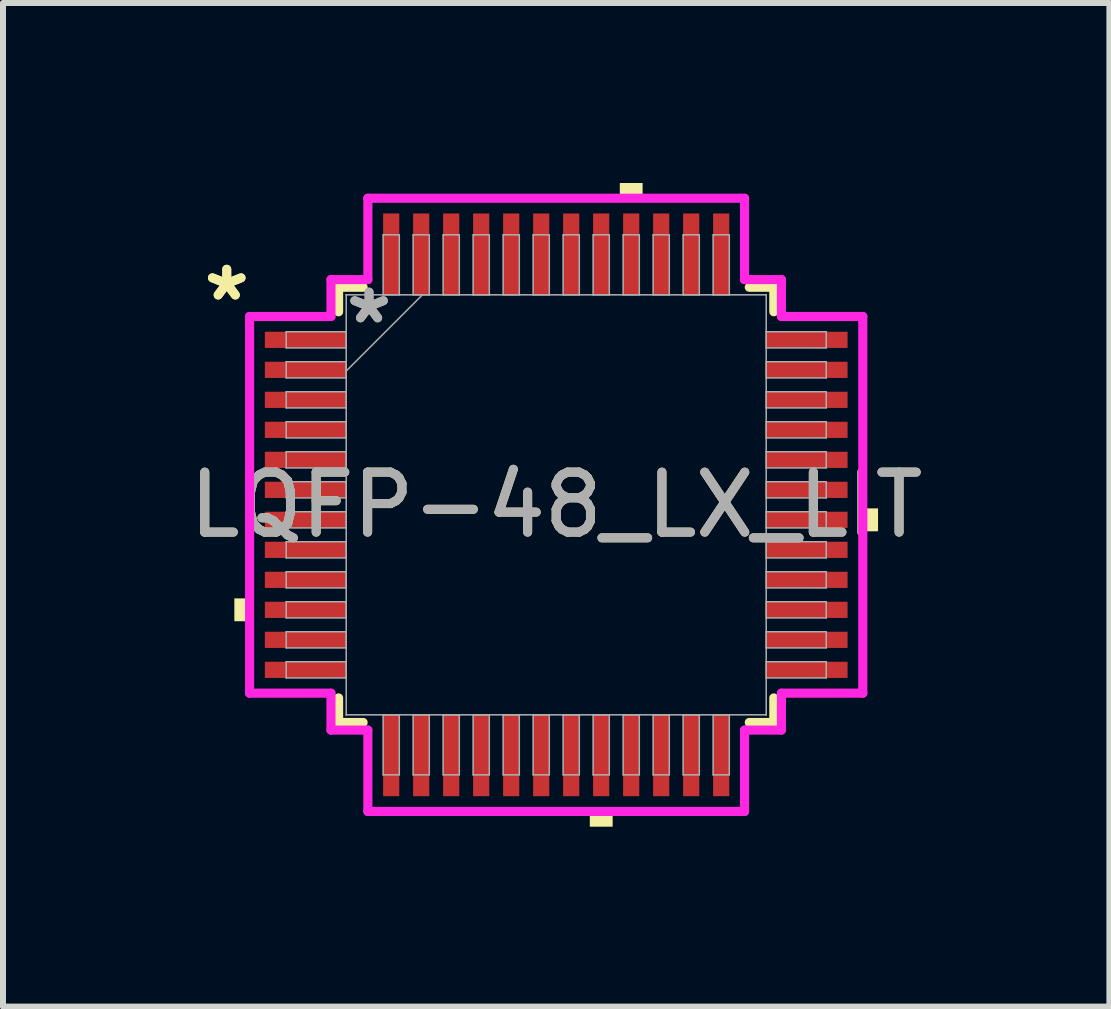
<source format=kicad_pcb>
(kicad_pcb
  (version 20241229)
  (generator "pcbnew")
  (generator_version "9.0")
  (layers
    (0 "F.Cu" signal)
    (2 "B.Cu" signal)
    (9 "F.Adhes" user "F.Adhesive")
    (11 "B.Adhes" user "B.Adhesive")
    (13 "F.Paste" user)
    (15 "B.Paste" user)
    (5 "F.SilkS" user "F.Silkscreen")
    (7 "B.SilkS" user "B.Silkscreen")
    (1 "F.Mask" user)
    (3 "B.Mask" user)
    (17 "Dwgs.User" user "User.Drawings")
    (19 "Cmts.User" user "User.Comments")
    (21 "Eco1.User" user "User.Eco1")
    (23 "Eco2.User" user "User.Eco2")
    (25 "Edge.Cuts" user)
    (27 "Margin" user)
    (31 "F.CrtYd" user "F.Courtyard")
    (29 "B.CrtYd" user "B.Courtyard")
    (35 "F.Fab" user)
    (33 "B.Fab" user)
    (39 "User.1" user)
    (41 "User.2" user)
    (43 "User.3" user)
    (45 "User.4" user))
  (footprint "LQFP-48_LX_LIT"
    (layer "F.Cu")
    (at 6.22 5.364)
    (property "Reference" "LQFP-48_LX_LIT" (at 0 0 0) (unlocked yes) (layer "F.SilkS") (effects (font (size 1 1) (thickness 0.15))))
    (attr smd)
    (fp_line (start -3.627 -3.627) (end -3.627 -3.218) (stroke (width 0.152) (type solid)) (layer "F.SilkS"))
    (fp_line (start -3.627 3.218) (end -3.627 3.627) (stroke (width 0.152) (type solid)) (layer "F.SilkS"))
    (fp_line (start -3.627 3.627) (end -3.218 3.627) (stroke (width 0.152) (type solid)) (layer "F.SilkS"))
    (fp_line (start -3.218 -3.627) (end -3.627 -3.627) (stroke (width 0.152) (type solid)) (layer "F.SilkS"))
    (fp_line (start 3.218 3.627) (end 3.627 3.627) (stroke (width 0.152) (type solid)) (layer "F.SilkS"))
    (fp_line (start 3.627 -3.627) (end 3.218 -3.627) (stroke (width 0.152) (type solid)) (layer "F.SilkS"))
    (fp_line (start 3.627 -3.218) (end 3.627 -3.627) (stroke (width 0.152) (type solid)) (layer "F.SilkS"))
    (fp_line (start 3.627 3.627) (end 3.627 3.218) (stroke (width 0.152) (type solid)) (layer "F.SilkS"))
    (fp_poly (pts (xy -5.364 1.559) (xy -5.364 1.94) (xy -5.11 1.94) (xy -5.11 1.559)) (stroke (width 0) (type solid)) (fill yes) (layer "F.SilkS"))
    (fp_poly (pts (xy 0.56 5.11) (xy 0.56 5.364) (xy 0.941 5.364) (xy 0.941 5.11)) (stroke (width 0) (type solid)) (fill yes) (layer "F.SilkS"))
    (fp_poly (pts (xy 1.06 -5.11) (xy 1.06 -5.364) (xy 1.44 -5.364) (xy 1.44 -5.11)) (stroke (width 0) (type solid)) (fill yes) (layer "F.SilkS"))
    (fp_poly (pts (xy 5.364 0.059) (xy 5.364 0.441) (xy 5.11 0.441) (xy 5.11 0.059)) (stroke (width 0) (type solid)) (fill yes) (layer "F.SilkS"))
    (fp_line (start -5.11 -3.139) (end -3.754 -3.139) (stroke (width 0.152) (type solid)) (layer "F.CrtYd"))
    (fp_line (start -5.11 3.139) (end -5.11 -3.139) (stroke (width 0.152) (type solid)) (layer "F.CrtYd"))
    (fp_line (start -3.754 -3.754) (end -3.139 -3.754) (stroke (width 0.152) (type solid)) (layer "F.CrtYd"))
    (fp_line (start -3.754 -3.139) (end -3.754 -3.754) (stroke (width 0.152) (type solid)) (layer "F.CrtYd"))
    (fp_line (start -3.754 3.139) (end -5.11 3.139) (stroke (width 0.152) (type solid)) (layer "F.CrtYd"))
    (fp_line (start -3.754 3.754) (end -3.754 3.139) (stroke (width 0.152) (type solid)) (layer "F.CrtYd"))
    (fp_line (start -3.754 3.754) (end -3.139 3.754) (stroke (width 0.152) (type solid)) (layer "F.CrtYd"))
    (fp_line (start -3.139 -5.11) (end 3.139 -5.11) (stroke (width 0.152) (type solid)) (layer "F.CrtYd"))
    (fp_line (start -3.139 -3.754) (end -3.139 -5.11) (stroke (width 0.152) (type solid)) (layer "F.CrtYd"))
    (fp_line (start -3.139 3.754) (end -3.139 5.11) (stroke (width 0.152) (type solid)) (layer "F.CrtYd"))
    (fp_line (start -3.139 5.11) (end 3.139 5.11) (stroke (width 0.152) (type solid)) (layer "F.CrtYd"))
    (fp_line (start 3.139 -5.11) (end 3.139 -3.754) (stroke (width 0.152) (type solid)) (layer "F.CrtYd"))
    (fp_line (start 3.139 -3.754) (end 3.754 -3.754) (stroke (width 0.152) (type solid)) (layer "F.CrtYd"))
    (fp_line (start 3.139 3.754) (end 3.754 3.754) (stroke (width 0.152) (type solid)) (layer "F.CrtYd"))
    (fp_line (start 3.139 5.11) (end 3.139 3.754) (stroke (width 0.152) (type solid)) (layer "F.CrtYd"))
    (fp_line (start 3.754 -3.139) (end 3.754 -3.754) (stroke (width 0.152) (type solid)) (layer "F.CrtYd"))
    (fp_line (start 3.754 3.139) (end 5.11 3.139) (stroke (width 0.152) (type solid)) (layer "F.CrtYd"))
    (fp_line (start 3.754 3.754) (end 3.754 3.139) (stroke (width 0.152) (type solid)) (layer "F.CrtYd"))
    (fp_line (start 5.11 -3.139) (end 3.754 -3.139) (stroke (width 0.152) (type solid)) (layer "F.CrtYd"))
    (fp_line (start 5.11 3.139) (end 5.11 -3.139) (stroke (width 0.152) (type solid)) (layer "F.CrtYd"))
    (fp_line (start -4.5 -2.885) (end -4.5 -2.615) (stroke (width 0.025) (type solid)) (layer "F.Fab"))
    (fp_line (start -4.5 -2.615) (end -3.5 -2.615) (stroke (width 0.025) (type solid)) (layer "F.Fab"))
    (fp_line (start -4.5 -2.385) (end -4.5 -2.115) (stroke (width 0.025) (type solid)) (layer "F.Fab"))
    (fp_line (start -4.5 -2.115) (end -3.5 -2.115) (stroke (width 0.025) (type solid)) (layer "F.Fab"))
    (fp_line (start -4.5 -1.885) (end -4.5 -1.615) (stroke (width 0.025) (type solid)) (layer "F.Fab"))
    (fp_line (start -4.5 -1.615) (end -3.5 -1.615) (stroke (width 0.025) (type solid)) (layer "F.Fab"))
    (fp_line (start -4.5 -1.385) (end -4.5 -1.115) (stroke (width 0.025) (type solid)) (layer "F.Fab"))
    (fp_line (start -4.5 -1.115) (end -3.5 -1.115) (stroke (width 0.025) (type solid)) (layer "F.Fab"))
    (fp_line (start -4.5 -0.885) (end -4.5 -0.615) (stroke (width 0.025) (type solid)) (layer "F.Fab"))
    (fp_line (start -4.5 -0.615) (end -3.5 -0.615) (stroke (width 0.025) (type solid)) (layer "F.Fab"))
    (fp_line (start -4.5 -0.385) (end -4.5 -0.115) (stroke (width 0.025) (type solid)) (layer "F.Fab"))
    (fp_line (start -4.5 -0.115) (end -3.5 -0.115) (stroke (width 0.025) (type solid)) (layer "F.Fab"))
    (fp_line (start -4.5 0.115) (end -4.5 0.385) (stroke (width 0.025) (type solid)) (layer "F.Fab"))
    (fp_line (start -4.5 0.385) (end -3.5 0.385) (stroke (width 0.025) (type solid)) (layer "F.Fab"))
    (fp_line (start -4.5 0.615) (end -4.5 0.885) (stroke (width 0.025) (type solid)) (layer "F.Fab"))
    (fp_line (start -4.5 0.885) (end -3.5 0.885) (stroke (width 0.025) (type solid)) (layer "F.Fab"))
    (fp_line (start -4.5 1.115) (end -4.5 1.385) (stroke (width 0.025) (type solid)) (layer "F.Fab"))
    (fp_line (start -4.5 1.385) (end -3.5 1.385) (stroke (width 0.025) (type solid)) (layer "F.Fab"))
    (fp_line (start -4.5 1.615) (end -4.5 1.885) (stroke (width 0.025) (type solid)) (layer "F.Fab"))
    (fp_line (start -4.5 1.885) (end -3.5 1.885) (stroke (width 0.025) (type solid)) (layer "F.Fab"))
    (fp_line (start -4.5 2.115) (end -4.5 2.385) (stroke (width 0.025) (type solid)) (layer "F.Fab"))
    (fp_line (start -4.5 2.385) (end -3.5 2.385) (stroke (width 0.025) (type solid)) (layer "F.Fab"))
    (fp_line (start -4.5 2.615) (end -4.5 2.885) (stroke (width 0.025) (type solid)) (layer "F.Fab"))
    (fp_line (start -4.5 2.885) (end -3.5 2.885) (stroke (width 0.025) (type solid)) (layer "F.Fab"))
    (fp_line (start -3.5 -3.5) (end -3.5 -3.5) (stroke (width 0.025) (type solid)) (layer "F.Fab"))
    (fp_line (start -3.5 -3.5) (end -3.5 3.5) (stroke (width 0.025) (type solid)) (layer "F.Fab"))
    (fp_line (start -3.5 3.5) (end -3.5 3.5) (stroke (width 0.025) (type solid)) (layer "F.Fab"))
    (fp_line (start -3.5 3.5) (end 3.5 3.5) (stroke (width 0.025) (type solid)) (layer "F.Fab"))
    (fp_line (start -3.5 -2.885) (end -4.5 -2.885) (stroke (width 0.025) (type solid)) (layer "F.Fab"))
    (fp_line (start -3.5 -2.615) (end -3.5 -2.885) (stroke (width 0.025) (type solid)) (layer "F.Fab"))
    (fp_line (start -3.5 -2.385) (end -4.5 -2.385) (stroke (width 0.025) (type solid)) (layer "F.Fab"))
    (fp_line (start -3.5 -2.23) (end -2.23 -3.5) (stroke (width 0.025) (type solid)) (layer "F.Fab"))
    (fp_line (start -3.5 -2.115) (end -3.5 -2.385) (stroke (width 0.025) (type solid)) (layer "F.Fab"))
    (fp_line (start -3.5 -1.885) (end -4.5 -1.885) (stroke (width 0.025) (type solid)) (layer "F.Fab"))
    (fp_line (start -3.5 -1.615) (end -3.5 -1.885) (stroke (width 0.025) (type solid)) (layer "F.Fab"))
    (fp_line (start -3.5 -1.385) (end -4.5 -1.385) (stroke (width 0.025) (type solid)) (layer "F.Fab"))
    (fp_line (start -3.5 -1.115) (end -3.5 -1.385) (stroke (width 0.025) (type solid)) (layer "F.Fab"))
    (fp_line (start -3.5 -0.885) (end -4.5 -0.885) (stroke (width 0.025) (type solid)) (layer "F.Fab"))
    (fp_line (start -3.5 -0.615) (end -3.5 -0.885) (stroke (width 0.025) (type solid)) (layer "F.Fab"))
    (fp_line (start -3.5 -0.385) (end -4.5 -0.385) (stroke (width 0.025) (type solid)) (layer "F.Fab"))
    (fp_line (start -3.5 -0.115) (end -3.5 -0.385) (stroke (width 0.025) (type solid)) (layer "F.Fab"))
    (fp_line (start -3.5 0.115) (end -4.5 0.115) (stroke (width 0.025) (type solid)) (layer "F.Fab"))
    (fp_line (start -3.5 0.385) (end -3.5 0.115) (stroke (width 0.025) (type solid)) (layer "F.Fab"))
    (fp_line (start -3.5 0.615) (end -4.5 0.615) (stroke (width 0.025) (type solid)) (layer "F.Fab"))
    (fp_line (start -3.5 0.885) (end -3.5 0.615) (stroke (width 0.025) (type solid)) (layer "F.Fab"))
    (fp_line (start -3.5 1.115) (end -4.5 1.115) (stroke (width 0.025) (type solid)) (layer "F.Fab"))
    (fp_line (start -3.5 1.385) (end -3.5 1.115) (stroke (width 0.025) (type solid)) (layer "F.Fab"))
    (fp_line (start -3.5 1.615) (end -4.5 1.615) (stroke (width 0.025) (type solid)) (layer "F.Fab"))
    (fp_line (start -3.5 1.885) (end -3.5 1.615) (stroke (width 0.025) (type solid)) (layer "F.Fab"))
    (fp_line (start -3.5 2.115) (end -4.5 2.115) (stroke (width 0.025) (type solid)) (layer "F.Fab"))
    (fp_line (start -3.5 2.385) (end -3.5 2.115) (stroke (width 0.025) (type solid)) (layer "F.Fab"))
    (fp_line (start -3.5 2.615) (end -4.5 2.615) (stroke (width 0.025) (type solid)) (layer "F.Fab"))
    (fp_line (start -3.5 2.885) (end -3.5 2.615) (stroke (width 0.025) (type solid)) (layer "F.Fab"))
    (fp_line (start -2.885 -4.5) (end -2.885 -3.5) (stroke (width 0.025) (type solid)) (layer "F.Fab"))
    (fp_line (start -2.885 -3.5) (end -2.615 -3.5) (stroke (width 0.025) (type solid)) (layer "F.Fab"))
    (fp_line (start -2.885 3.5) (end -2.885 4.5) (stroke (width 0.025) (type solid)) (layer "F.Fab"))
    (fp_line (start -2.885 4.5) (end -2.615 4.5) (stroke (width 0.025) (type solid)) (layer "F.Fab"))
    (fp_line (start -2.615 -4.5) (end -2.885 -4.5) (stroke (width 0.025) (type solid)) (layer "F.Fab"))
    (fp_line (start -2.615 -3.5) (end -2.615 -4.5) (stroke (width 0.025) (type solid)) (layer "F.Fab"))
    (fp_line (start -2.615 3.5) (end -2.885 3.5) (stroke (width 0.025) (type solid)) (layer "F.Fab"))
    (fp_line (start -2.615 4.5) (end -2.615 3.5) (stroke (width 0.025) (type solid)) (layer "F.Fab"))
    (fp_line (start -2.385 -4.5) (end -2.385 -3.5) (stroke (width 0.025) (type solid)) (layer "F.Fab"))
    (fp_line (start -2.385 -3.5) (end -2.115 -3.5) (stroke (width 0.025) (type solid)) (layer "F.Fab"))
    (fp_line (start -2.385 3.5) (end -2.385 4.5) (stroke (width 0.025) (type solid)) (layer "F.Fab"))
    (fp_line (start -2.385 4.5) (end -2.115 4.5) (stroke (width 0.025) (type solid)) (layer "F.Fab"))
    (fp_line (start -2.115 -4.5) (end -2.385 -4.5) (stroke (width 0.025) (type solid)) (layer "F.Fab"))
    (fp_line (start -2.115 -3.5) (end -2.115 -4.5) (stroke (width 0.025) (type solid)) (layer "F.Fab"))
    (fp_line (start -2.115 3.5) (end -2.385 3.5) (stroke (width 0.025) (type solid)) (layer "F.Fab"))
    (fp_line (start -2.115 4.5) (end -2.115 3.5) (stroke (width 0.025) (type solid)) (layer "F.Fab"))
    (fp_line (start -1.885 -4.5) (end -1.885 -3.5) (stroke (width 0.025) (type solid)) (layer "F.Fab"))
    (fp_line (start -1.885 -3.5) (end -1.615 -3.5) (stroke (width 0.025) (type solid)) (layer "F.Fab"))
    (fp_line (start -1.885 3.5) (end -1.885 4.5) (stroke (width 0.025) (type solid)) (layer "F.Fab"))
    (fp_line (start -1.885 4.5) (end -1.615 4.5) (stroke (width 0.025) (type solid)) (layer "F.Fab"))
    (fp_line (start -1.615 -4.5) (end -1.885 -4.5) (stroke (width 0.025) (type solid)) (layer "F.Fab"))
    (fp_line (start -1.615 -3.5) (end -1.615 -4.5) (stroke (width 0.025) (type solid)) (layer "F.Fab"))
    (fp_line (start -1.615 3.5) (end -1.885 3.5) (stroke (width 0.025) (type solid)) (layer "F.Fab"))
    (fp_line (start -1.615 4.5) (end -1.615 3.5) (stroke (width 0.025) (type solid)) (layer "F.Fab"))
    (fp_line (start -1.385 -4.5) (end -1.385 -3.5) (stroke (width 0.025) (type solid)) (layer "F.Fab"))
    (fp_line (start -1.385 -3.5) (end -1.115 -3.5) (stroke (width 0.025) (type solid)) (layer "F.Fab"))
    (fp_line (start -1.385 3.5) (end -1.385 4.5) (stroke (width 0.025) (type solid)) (layer "F.Fab"))
    (fp_line (start -1.385 4.5) (end -1.115 4.5) (stroke (width 0.025) (type solid)) (layer "F.Fab"))
    (fp_line (start -1.115 -4.5) (end -1.385 -4.5) (stroke (width 0.025) (type solid)) (layer "F.Fab"))
    (fp_line (start -1.115 -3.5) (end -1.115 -4.5) (stroke (width 0.025) (type solid)) (layer "F.Fab"))
    (fp_line (start -1.115 3.5) (end -1.385 3.5) (stroke (width 0.025) (type solid)) (layer "F.Fab"))
    (fp_line (start -1.115 4.5) (end -1.115 3.5) (stroke (width 0.025) (type solid)) (layer "F.Fab"))
    (fp_line (start -0.885 -4.5) (end -0.885 -3.5) (stroke (width 0.025) (type solid)) (layer "F.Fab"))
    (fp_line (start -0.885 -3.5) (end -0.615 -3.5) (stroke (width 0.025) (type solid)) (layer "F.Fab"))
    (fp_line (start -0.885 3.5) (end -0.885 4.5) (stroke (width 0.025) (type solid)) (layer "F.Fab"))
    (fp_line (start -0.885 4.5) (end -0.615 4.5) (stroke (width 0.025) (type solid)) (layer "F.Fab"))
    (fp_line (start -0.615 -4.5) (end -0.885 -4.5) (stroke (width 0.025) (type solid)) (layer "F.Fab"))
    (fp_line (start -0.615 -3.5) (end -0.615 -4.5) (stroke (width 0.025) (type solid)) (layer "F.Fab"))
    (fp_line (start -0.615 3.5) (end -0.885 3.5) (stroke (width 0.025) (type solid)) (layer "F.Fab"))
    (fp_line (start -0.615 4.5) (end -0.615 3.5) (stroke (width 0.025) (type solid)) (layer "F.Fab"))
    (fp_line (start -0.385 -4.5) (end -0.385 -3.5) (stroke (width 0.025) (type solid)) (layer "F.Fab"))
    (fp_line (start -0.385 -3.5) (end -0.115 -3.5) (stroke (width 0.025) (type solid)) (layer "F.Fab"))
    (fp_line (start -0.385 3.5) (end -0.385 4.5) (stroke (width 0.025) (type solid)) (layer "F.Fab"))
    (fp_line (start -0.385 4.5) (end -0.115 4.5) (stroke (width 0.025) (type solid)) (layer "F.Fab"))
    (fp_line (start -0.115 -4.5) (end -0.385 -4.5) (stroke (width 0.025) (type solid)) (layer "F.Fab"))
    (fp_line (start -0.115 -3.5) (end -0.115 -4.5) (stroke (width 0.025) (type solid)) (layer "F.Fab"))
    (fp_line (start -0.115 3.5) (end -0.385 3.5) (stroke (width 0.025) (type solid)) (layer "F.Fab"))
    (fp_line (start -0.115 4.5) (end -0.115 3.5) (stroke (width 0.025) (type solid)) (layer "F.Fab"))
    (fp_line (start 0.115 -4.5) (end 0.115 -3.5) (stroke (width 0.025) (type solid)) (layer "F.Fab"))
    (fp_line (start 0.115 -3.5) (end 0.385 -3.5) (stroke (width 0.025) (type solid)) (layer "F.Fab"))
    (fp_line (start 0.115 3.5) (end 0.115 4.5) (stroke (width 0.025) (type solid)) (layer "F.Fab"))
    (fp_line (start 0.115 4.5) (end 0.385 4.5) (stroke (width 0.025) (type solid)) (layer "F.Fab"))
    (fp_line (start 0.385 -4.5) (end 0.115 -4.5) (stroke (width 0.025) (type solid)) (layer "F.Fab"))
    (fp_line (start 0.385 -3.5) (end 0.385 -4.5) (stroke (width 0.025) (type solid)) (layer "F.Fab"))
    (fp_line (start 0.385 3.5) (end 0.115 3.5) (stroke (width 0.025) (type solid)) (layer "F.Fab"))
    (fp_line (start 0.385 4.5) (end 0.385 3.5) (stroke (width 0.025) (type solid)) (layer "F.Fab"))
    (fp_line (start 0.615 -4.5) (end 0.615 -3.5) (stroke (width 0.025) (type solid)) (layer "F.Fab"))
    (fp_line (start 0.615 -3.5) (end 0.885 -3.5) (stroke (width 0.025) (type solid)) (layer "F.Fab"))
    (fp_line (start 0.615 3.5) (end 0.615 4.5) (stroke (width 0.025) (type solid)) (layer "F.Fab"))
    (fp_line (start 0.615 4.5) (end 0.885 4.5) (stroke (width 0.025) (type solid)) (layer "F.Fab"))
    (fp_line (start 0.885 -4.5) (end 0.615 -4.5) (stroke (width 0.025) (type solid)) (layer "F.Fab"))
    (fp_line (start 0.885 -3.5) (end 0.885 -4.5) (stroke (width 0.025) (type solid)) (layer "F.Fab"))
    (fp_line (start 0.885 3.5) (end 0.615 3.5) (stroke (width 0.025) (type solid)) (layer "F.Fab"))
    (fp_line (start 0.885 4.5) (end 0.885 3.5) (stroke (width 0.025) (type solid)) (layer "F.Fab"))
    (fp_line (start 1.115 -4.5) (end 1.115 -3.5) (stroke (width 0.025) (type solid)) (layer "F.Fab"))
    (fp_line (start 1.115 -3.5) (end 1.385 -3.5) (stroke (width 0.025) (type solid)) (layer "F.Fab"))
    (fp_line (start 1.115 3.5) (end 1.115 4.5) (stroke (width 0.025) (type solid)) (layer "F.Fab"))
    (fp_line (start 1.115 4.5) (end 1.385 4.5) (stroke (width 0.025) (type solid)) (layer "F.Fab"))
    (fp_line (start 1.385 -4.5) (end 1.115 -4.5) (stroke (width 0.025) (type solid)) (layer "F.Fab"))
    (fp_line (start 1.385 -3.5) (end 1.385 -4.5) (stroke (width 0.025) (type solid)) (layer "F.Fab"))
    (fp_line (start 1.385 3.5) (end 1.115 3.5) (stroke (width 0.025) (type solid)) (layer "F.Fab"))
    (fp_line (start 1.385 4.5) (end 1.385 3.5) (stroke (width 0.025) (type solid)) (layer "F.Fab"))
    (fp_line (start 1.615 -4.5) (end 1.615 -3.5) (stroke (width 0.025) (type solid)) (layer "F.Fab"))
    (fp_line (start 1.615 -3.5) (end 1.885 -3.5) (stroke (width 0.025) (type solid)) (layer "F.Fab"))
    (fp_line (start 1.615 3.5) (end 1.615 4.5) (stroke (width 0.025) (type solid)) (layer "F.Fab"))
    (fp_line (start 1.615 4.5) (end 1.885 4.5) (stroke (width 0.025) (type solid)) (layer "F.Fab"))
    (fp_line (start 1.885 -4.5) (end 1.615 -4.5) (stroke (width 0.025) (type solid)) (layer "F.Fab"))
    (fp_line (start 1.885 -3.5) (end 1.885 -4.5) (stroke (width 0.025) (type solid)) (layer "F.Fab"))
    (fp_line (start 1.885 3.5) (end 1.615 3.5) (stroke (width 0.025) (type solid)) (layer "F.Fab"))
    (fp_line (start 1.885 4.5) (end 1.885 3.5) (stroke (width 0.025) (type solid)) (layer "F.Fab"))
    (fp_line (start 2.115 -4.5) (end 2.115 -3.5) (stroke (width 0.025) (type solid)) (layer "F.Fab"))
    (fp_line (start 2.115 -3.5) (end 2.385 -3.5) (stroke (width 0.025) (type solid)) (layer "F.Fab"))
    (fp_line (start 2.115 3.5) (end 2.115 4.5) (stroke (width 0.025) (type solid)) (layer "F.Fab"))
    (fp_line (start 2.115 4.5) (end 2.385 4.5) (stroke (width 0.025) (type solid)) (layer "F.Fab"))
    (fp_line (start 2.385 -4.5) (end 2.115 -4.5) (stroke (width 0.025) (type solid)) (layer "F.Fab"))
    (fp_line (start 2.385 -3.5) (end 2.385 -4.5) (stroke (width 0.025) (type solid)) (layer "F.Fab"))
    (fp_line (start 2.385 3.5) (end 2.115 3.5) (stroke (width 0.025) (type solid)) (layer "F.Fab"))
    (fp_line (start 2.385 4.5) (end 2.385 3.5) (stroke (width 0.025) (type solid)) (layer "F.Fab"))
    (fp_line (start 2.615 -4.5) (end 2.615 -3.5) (stroke (width 0.025) (type solid)) (layer "F.Fab"))
    (fp_line (start 2.615 -3.5) (end 2.885 -3.5) (stroke (width 0.025) (type solid)) (layer "F.Fab"))
    (fp_line (start 2.615 3.5) (end 2.615 4.5) (stroke (width 0.025) (type solid)) (layer "F.Fab"))
    (fp_line (start 2.615 4.5) (end 2.885 4.5) (stroke (width 0.025) (type solid)) (layer "F.Fab"))
    (fp_line (start 2.885 -4.5) (end 2.615 -4.5) (stroke (width 0.025) (type solid)) (layer "F.Fab"))
    (fp_line (start 2.885 -3.5) (end 2.885 -4.5) (stroke (width 0.025) (type solid)) (layer "F.Fab"))
    (fp_line (start 2.885 3.5) (end 2.615 3.5) (stroke (width 0.025) (type solid)) (layer "F.Fab"))
    (fp_line (start 2.885 4.5) (end 2.885 3.5) (stroke (width 0.025) (type solid)) (layer "F.Fab"))
    (fp_line (start 3.5 -2.885) (end 3.5 -2.615) (stroke (width 0.025) (type solid)) (layer "F.Fab"))
    (fp_line (start 3.5 -2.615) (end 4.5 -2.615) (stroke (width 0.025) (type solid)) (layer "F.Fab"))
    (fp_line (start 3.5 -2.385) (end 3.5 -2.115) (stroke (width 0.025) (type solid)) (layer "F.Fab"))
    (fp_line (start 3.5 -2.115) (end 4.5 -2.115) (stroke (width 0.025) (type solid)) (layer "F.Fab"))
    (fp_line (start 3.5 -1.885) (end 3.5 -1.615) (stroke (width 0.025) (type solid)) (layer "F.Fab"))
    (fp_line (start 3.5 -1.615) (end 4.5 -1.615) (stroke (width 0.025) (type solid)) (layer "F.Fab"))
    (fp_line (start 3.5 -1.385) (end 3.5 -1.115) (stroke (width 0.025) (type solid)) (layer "F.Fab"))
    (fp_line (start 3.5 -1.115) (end 4.5 -1.115) (stroke (width 0.025) (type solid)) (layer "F.Fab"))
    (fp_line (start 3.5 -0.885) (end 3.5 -0.615) (stroke (width 0.025) (type solid)) (layer "F.Fab"))
    (fp_line (start 3.5 -0.615) (end 4.5 -0.615) (stroke (width 0.025) (type solid)) (layer "F.Fab"))
    (fp_line (start 3.5 -0.385) (end 3.5 -0.115) (stroke (width 0.025) (type solid)) (layer "F.Fab"))
    (fp_line (start 3.5 -0.115) (end 4.5 -0.115) (stroke (width 0.025) (type solid)) (layer "F.Fab"))
    (fp_line (start 3.5 0.115) (end 3.5 0.385) (stroke (width 0.025) (type solid)) (layer "F.Fab"))
    (fp_line (start 3.5 0.385) (end 4.5 0.385) (stroke (width 0.025) (type solid)) (layer "F.Fab"))
    (fp_line (start 3.5 0.615) (end 3.5 0.885) (stroke (width 0.025) (type solid)) (layer "F.Fab"))
    (fp_line (start 3.5 0.885) (end 4.5 0.885) (stroke (width 0.025) (type solid)) (layer "F.Fab"))
    (fp_line (start 3.5 1.115) (end 3.5 1.385) (stroke (width 0.025) (type solid)) (layer "F.Fab"))
    (fp_line (start 3.5 1.385) (end 4.5 1.385) (stroke (width 0.025) (type solid)) (layer "F.Fab"))
    (fp_line (start 3.5 1.615) (end 3.5 1.885) (stroke (width 0.025) (type solid)) (layer "F.Fab"))
    (fp_line (start 3.5 1.885) (end 4.5 1.885) (stroke (width 0.025) (type solid)) (layer "F.Fab"))
    (fp_line (start 3.5 2.115) (end 3.5 2.385) (stroke (width 0.025) (type solid)) (layer "F.Fab"))
    (fp_line (start 3.5 2.385) (end 4.5 2.385) (stroke (width 0.025) (type solid)) (layer "F.Fab"))
    (fp_line (start 3.5 2.615) (end 3.5 2.885) (stroke (width 0.025) (type solid)) (layer "F.Fab"))
    (fp_line (start 3.5 2.885) (end 4.5 2.885) (stroke (width 0.025) (type solid)) (layer "F.Fab"))
    (fp_line (start 3.5 -3.5) (end -3.5 -3.5) (stroke (width 0.025) (type solid)) (layer "F.Fab"))
    (fp_line (start 3.5 -3.5) (end 3.5 -3.5) (stroke (width 0.025) (type solid)) (layer "F.Fab"))
    (fp_line (start 3.5 3.5) (end 3.5 -3.5) (stroke (width 0.025) (type solid)) (layer "F.Fab"))
    (fp_line (start 3.5 3.5) (end 3.5 3.5) (stroke (width 0.025) (type solid)) (layer "F.Fab"))
    (fp_line (start 4.5 -2.885) (end 3.5 -2.885) (stroke (width 0.025) (type solid)) (layer "F.Fab"))
    (fp_line (start 4.5 -2.615) (end 4.5 -2.885) (stroke (width 0.025) (type solid)) (layer "F.Fab"))
    (fp_line (start 4.5 -2.385) (end 3.5 -2.385) (stroke (width 0.025) (type solid)) (layer "F.Fab"))
    (fp_line (start 4.5 -2.115) (end 4.5 -2.385) (stroke (width 0.025) (type solid)) (layer "F.Fab"))
    (fp_line (start 4.5 -1.885) (end 3.5 -1.885) (stroke (width 0.025) (type solid)) (layer "F.Fab"))
    (fp_line (start 4.5 -1.615) (end 4.5 -1.885) (stroke (width 0.025) (type solid)) (layer "F.Fab"))
    (fp_line (start 4.5 -1.385) (end 3.5 -1.385) (stroke (width 0.025) (type solid)) (layer "F.Fab"))
    (fp_line (start 4.5 -1.115) (end 4.5 -1.385) (stroke (width 0.025) (type solid)) (layer "F.Fab"))
    (fp_line (start 4.5 -0.885) (end 3.5 -0.885) (stroke (width 0.025) (type solid)) (layer "F.Fab"))
    (fp_line (start 4.5 -0.615) (end 4.5 -0.885) (stroke (width 0.025) (type solid)) (layer "F.Fab"))
    (fp_line (start 4.5 -0.385) (end 3.5 -0.385) (stroke (width 0.025) (type solid)) (layer "F.Fab"))
    (fp_line (start 4.5 -0.115) (end 4.5 -0.385) (stroke (width 0.025) (type solid)) (layer "F.Fab"))
    (fp_line (start 4.5 0.115) (end 3.5 0.115) (stroke (width 0.025) (type solid)) (layer "F.Fab"))
    (fp_line (start 4.5 0.385) (end 4.5 0.115) (stroke (width 0.025) (type solid)) (layer "F.Fab"))
    (fp_line (start 4.5 0.615) (end 3.5 0.615) (stroke (width 0.025) (type solid)) (layer "F.Fab"))
    (fp_line (start 4.5 0.885) (end 4.5 0.615) (stroke (width 0.025) (type solid)) (layer "F.Fab"))
    (fp_line (start 4.5 1.115) (end 3.5 1.115) (stroke (width 0.025) (type solid)) (layer "F.Fab"))
    (fp_line (start 4.5 1.385) (end 4.5 1.115) (stroke (width 0.025) (type solid)) (layer "F.Fab"))
    (fp_line (start 4.5 1.615) (end 3.5 1.615) (stroke (width 0.025) (type solid)) (layer "F.Fab"))
    (fp_line (start 4.5 1.885) (end 4.5 1.615) (stroke (width 0.025) (type solid)) (layer "F.Fab"))
    (fp_line (start 4.5 2.115) (end 3.5 2.115) (stroke (width 0.025) (type solid)) (layer "F.Fab"))
    (fp_line (start 4.5 2.385) (end 4.5 2.115) (stroke (width 0.025) (type solid)) (layer "F.Fab"))
    (fp_line (start 4.5 2.615) (end 3.5 2.615) (stroke (width 0.025) (type solid)) (layer "F.Fab"))
    (fp_line (start 4.5 2.885) (end 4.5 2.615) (stroke (width 0.025) (type solid)) (layer "F.Fab"))
    (fp_text user "*" (at -5.491 -3.381 0) (layer "F.SilkS") (effects (font (size 1 1) (thickness 0.15))))
    (fp_text user "*" (at -5.491 -3.381 0) (unlocked yes) (layer "F.SilkS") (effects (font (size 1 1) (thickness 0.15))))
    (fp_text user "*" (at -3.119 -3 0) (unlocked yes) (layer "F.Fab") (effects (font (size 1 1) (thickness 0.15))))
    (fp_text user "${REFERENCE}" (at 0 0 0) (unlocked yes) (layer "F.Fab") (effects (font (size 1 1) (thickness 0.15))))
    (fp_text user "*" (at -3.119 -3 0) (layer "F.Fab") (effects (font (size 1 1) (thickness 0.15))))
    (pad "1" smd rect (at -4.178 -2.75 90) (size 0.27 1.356) (layers "F.Cu" "F.Mask" "F.Paste"))
    (pad "2" smd rect (at -4.178 -2.25 90) (size 0.27 1.356) (layers "F.Cu" "F.Mask" "F.Paste"))
    (pad "3" smd rect (at -4.178 -1.75 90) (size 0.27 1.356) (layers "F.Cu" "F.Mask" "F.Paste"))
    (pad "4" smd rect (at -4.178 -1.25 90) (size 0.27 1.356) (layers "F.Cu" "F.Mask" "F.Paste"))
    (pad "5" smd rect (at -4.178 -0.75 90) (size 0.27 1.356) (layers "F.Cu" "F.Mask" "F.Paste"))
    (pad "6" smd rect (at -4.178 -0.25 90) (size 0.27 1.356) (layers "F.Cu" "F.Mask" "F.Paste"))
    (pad "7" smd rect (at -4.178 0.25 90) (size 0.27 1.356) (layers "F.Cu" "F.Mask" "F.Paste"))
    (pad "8" smd rect (at -4.178 0.75 90) (size 0.27 1.356) (layers "F.Cu" "F.Mask" "F.Paste"))
    (pad "9" smd rect (at -4.178 1.25 90) (size 0.27 1.356) (layers "F.Cu" "F.Mask" "F.Paste"))
    (pad "10" smd rect (at -4.178 1.75 90) (size 0.27 1.356) (layers "F.Cu" "F.Mask" "F.Paste"))
    (pad "11" smd rect (at -4.178 2.25 90) (size 0.27 1.356) (layers "F.Cu" "F.Mask" "F.Paste"))
    (pad "12" smd rect (at -4.178 2.75 90) (size 0.27 1.356) (layers "F.Cu" "F.Mask" "F.Paste"))
    (pad "13" smd rect (at -2.75 4.178) (size 0.27 1.356) (layers "F.Cu" "F.Mask" "F.Paste"))
    (pad "14" smd rect (at -2.25 4.178) (size 0.27 1.356) (layers "F.Cu" "F.Mask" "F.Paste"))
    (pad "15" smd rect (at -1.75 4.178) (size 0.27 1.356) (layers "F.Cu" "F.Mask" "F.Paste"))
    (pad "16" smd rect (at -1.25 4.178) (size 0.27 1.356) (layers "F.Cu" "F.Mask" "F.Paste"))
    (pad "17" smd rect (at -0.75 4.178) (size 0.27 1.356) (layers "F.Cu" "F.Mask" "F.Paste"))
    (pad "18" smd rect (at -0.25 4.178) (size 0.27 1.356) (layers "F.Cu" "F.Mask" "F.Paste"))
    (pad "19" smd rect (at 0.25 4.178) (size 0.27 1.356) (layers "F.Cu" "F.Mask" "F.Paste"))
    (pad "20" smd rect (at 0.75 4.178) (size 0.27 1.356) (layers "F.Cu" "F.Mask" "F.Paste"))
    (pad "21" smd rect (at 1.25 4.178) (size 0.27 1.356) (layers "F.Cu" "F.Mask" "F.Paste"))
    (pad "22" smd rect (at 1.75 4.178) (size 0.27 1.356) (layers "F.Cu" "F.Mask" "F.Paste"))
    (pad "23" smd rect (at 2.25 4.178) (size 0.27 1.356) (layers "F.Cu" "F.Mask" "F.Paste"))
    (pad "24" smd rect (at 2.75 4.178) (size 0.27 1.356) (layers "F.Cu" "F.Mask" "F.Paste"))
    (pad "25" smd rect (at 4.178 2.75 90) (size 0.27 1.356) (layers "F.Cu" "F.Mask" "F.Paste"))
    (pad "26" smd rect (at 4.178 2.25 90) (size 0.27 1.356) (layers "F.Cu" "F.Mask" "F.Paste"))
    (pad "27" smd rect (at 4.178 1.75 90) (size 0.27 1.356) (layers "F.Cu" "F.Mask" "F.Paste"))
    (pad "28" smd rect (at 4.178 1.25 90) (size 0.27 1.356) (layers "F.Cu" "F.Mask" "F.Paste"))
    (pad "29" smd rect (at 4.178 0.75 90) (size 0.27 1.356) (layers "F.Cu" "F.Mask" "F.Paste"))
    (pad "30" smd rect (at 4.178 0.25 90) (size 0.27 1.356) (layers "F.Cu" "F.Mask" "F.Paste"))
    (pad "31" smd rect (at 4.178 -0.25 90) (size 0.27 1.356) (layers "F.Cu" "F.Mask" "F.Paste"))
    (pad "32" smd rect (at 4.178 -0.75 90) (size 0.27 1.356) (layers "F.Cu" "F.Mask" "F.Paste"))
    (pad "33" smd rect (at 4.178 -1.25 90) (size 0.27 1.356) (layers "F.Cu" "F.Mask" "F.Paste"))
    (pad "34" smd rect (at 4.178 -1.75 90) (size 0.27 1.356) (layers "F.Cu" "F.Mask" "F.Paste"))
    (pad "35" smd rect (at 4.178 -2.25 90) (size 0.27 1.356) (layers "F.Cu" "F.Mask" "F.Paste"))
    (pad "36" smd rect (at 4.178 -2.75 90) (size 0.27 1.356) (layers "F.Cu" "F.Mask" "F.Paste"))
    (pad "37" smd rect (at 2.75 -4.178) (size 0.27 1.356) (layers "F.Cu" "F.Mask" "F.Paste"))
    (pad "38" smd rect (at 2.25 -4.178) (size 0.27 1.356) (layers "F.Cu" "F.Mask" "F.Paste"))
    (pad "39" smd rect (at 1.75 -4.178) (size 0.27 1.356) (layers "F.Cu" "F.Mask" "F.Paste"))
    (pad "40" smd rect (at 1.25 -4.178) (size 0.27 1.356) (layers "F.Cu" "F.Mask" "F.Paste"))
    (pad "41" smd rect (at 0.75 -4.178) (size 0.27 1.356) (layers "F.Cu" "F.Mask" "F.Paste"))
    (pad "42" smd rect (at 0.25 -4.178) (size 0.27 1.356) (layers "F.Cu" "F.Mask" "F.Paste"))
    (pad "43" smd rect (at -0.25 -4.178) (size 0.27 1.356) (layers "F.Cu" "F.Mask" "F.Paste"))
    (pad "44" smd rect (at -0.75 -4.178) (size 0.27 1.356) (layers "F.Cu" "F.Mask" "F.Paste"))
    (pad "45" smd rect (at -1.25 -4.178) (size 0.27 1.356) (layers "F.Cu" "F.Mask" "F.Paste"))
    (pad "46" smd rect (at -1.75 -4.178) (size 0.27 1.356) (layers "F.Cu" "F.Mask" "F.Paste"))
    (pad "47" smd rect (at -2.25 -4.178) (size 0.27 1.356) (layers "F.Cu" "F.Mask" "F.Paste"))
    (pad "48" smd rect (at -2.75 -4.178) (size 0.27 1.356) (layers "F.Cu" "F.Mask" "F.Paste")))
  (gr_rect
    (start -3 -3)
    (end 15.44 13.727)
    (stroke (width 0.1) (type default))
    (fill no)
    (layer "Edge.Cuts")))
</source>
